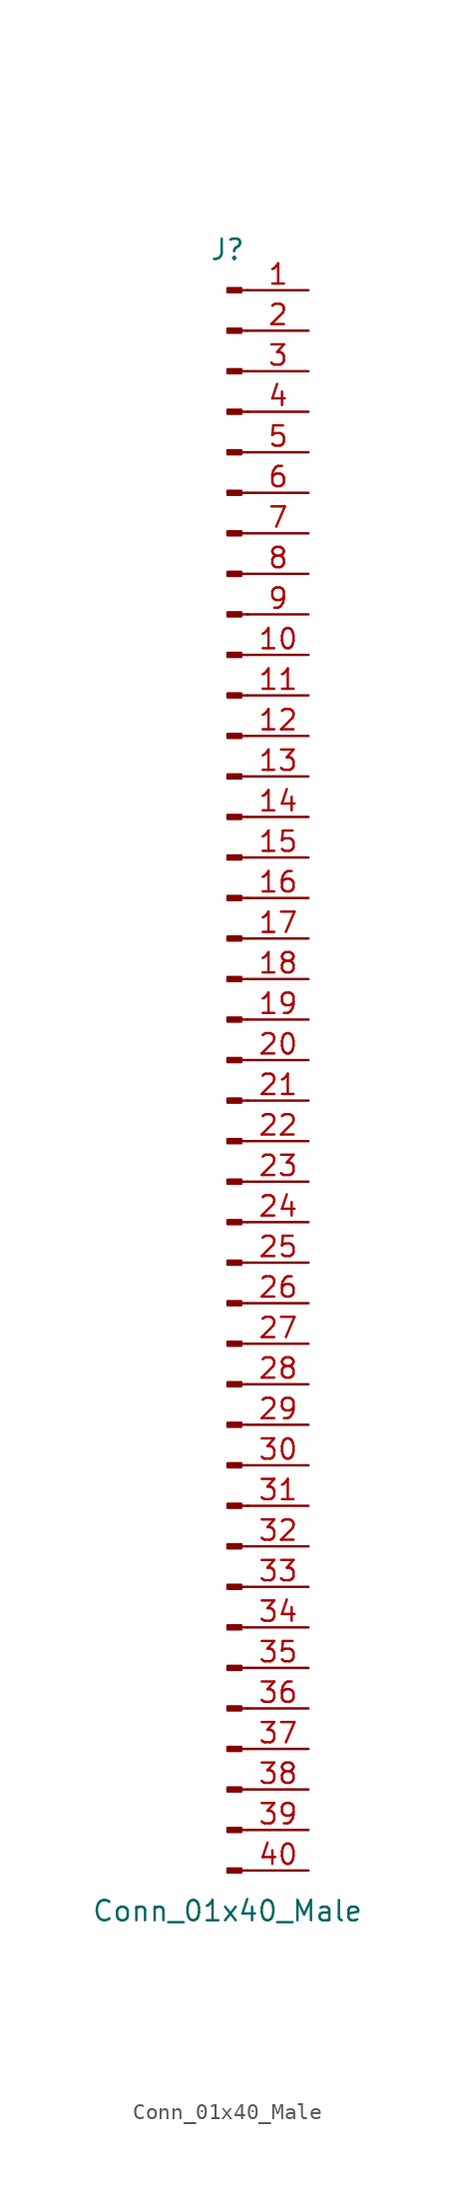
<source format=kicad_sym>
(kicad_symbol_lib
  (version 20211014)
  (generator kicad_symbol_editor)
  (symbol "Conn_01x40_Male"
    (pin_names
      (offset 1.016) hide)
    (property "Reference" "J"
      (at 0 50.8 0)
      (effects (font (size 1.27 1.27))))
    (property "Value" "Conn_01x40_Male"
      (at 0 -53.34 0)
      (effects (font (size 1.27 1.27))))
    (symbol "Conn_01x40_Male_1_1"
      (polyline (pts (xy 1.27 -50.8) (xy 0.864 -50.8)) (stroke (width 0.152) (type default) (color 0 0 0 0)) (fill (type none)))
      (polyline (pts (xy 1.27 -48.26) (xy 0.864 -48.26)) (stroke (width 0.152) (type default) (color 0 0 0 0)) (fill (type none)))
      (polyline (pts (xy 1.27 -45.72) (xy 0.864 -45.72)) (stroke (width 0.152) (type default) (color 0 0 0 0)) (fill (type none)))
      (polyline (pts (xy 1.27 -43.18) (xy 0.864 -43.18)) (stroke (width 0.152) (type default) (color 0 0 0 0)) (fill (type none)))
      (polyline (pts (xy 1.27 -40.64) (xy 0.864 -40.64)) (stroke (width 0.152) (type default) (color 0 0 0 0)) (fill (type none)))
      (polyline (pts (xy 1.27 -38.1) (xy 0.864 -38.1)) (stroke (width 0.152) (type default) (color 0 0 0 0)) (fill (type none)))
      (polyline (pts (xy 1.27 -35.56) (xy 0.864 -35.56)) (stroke (width 0.152) (type default) (color 0 0 0 0)) (fill (type none)))
      (polyline (pts (xy 1.27 -33.02) (xy 0.864 -33.02)) (stroke (width 0.152) (type default) (color 0 0 0 0)) (fill (type none)))
      (polyline (pts (xy 1.27 -30.48) (xy 0.864 -30.48)) (stroke (width 0.152) (type default) (color 0 0 0 0)) (fill (type none)))
      (polyline (pts (xy 1.27 -27.94) (xy 0.864 -27.94)) (stroke (width 0.152) (type default) (color 0 0 0 0)) (fill (type none)))
      (polyline (pts (xy 1.27 -25.4) (xy 0.864 -25.4)) (stroke (width 0.152) (type default) (color 0 0 0 0)) (fill (type none)))
      (polyline (pts (xy 1.27 -22.86) (xy 0.864 -22.86)) (stroke (width 0.152) (type default) (color 0 0 0 0)) (fill (type none)))
      (polyline (pts (xy 1.27 -20.32) (xy 0.864 -20.32)) (stroke (width 0.152) (type default) (color 0 0 0 0)) (fill (type none)))
      (polyline (pts (xy 1.27 -17.78) (xy 0.864 -17.78)) (stroke (width 0.152) (type default) (color 0 0 0 0)) (fill (type none)))
      (polyline (pts (xy 1.27 -15.24) (xy 0.864 -15.24)) (stroke (width 0.152) (type default) (color 0 0 0 0)) (fill (type none)))
      (polyline (pts (xy 1.27 -12.7) (xy 0.864 -12.7)) (stroke (width 0.152) (type default) (color 0 0 0 0)) (fill (type none)))
      (polyline (pts (xy 1.27 -10.16) (xy 0.864 -10.16)) (stroke (width 0.152) (type default) (color 0 0 0 0)) (fill (type none)))
      (polyline (pts (xy 1.27 -7.62) (xy 0.864 -7.62)) (stroke (width 0.152) (type default) (color 0 0 0 0)) (fill (type none)))
      (polyline (pts (xy 1.27 -5.08) (xy 0.864 -5.08)) (stroke (width 0.152) (type default) (color 0 0 0 0)) (fill (type none)))
      (polyline (pts (xy 1.27 -2.54) (xy 0.864 -2.54)) (stroke (width 0.152) (type default) (color 0 0 0 0)) (fill (type none)))
      (polyline (pts (xy 1.27 0) (xy 0.864 0)) (stroke (width 0.152) (type default) (color 0 0 0 0)) (fill (type none)))
      (polyline (pts (xy 1.27 2.54) (xy 0.864 2.54)) (stroke (width 0.152) (type default) (color 0 0 0 0)) (fill (type none)))
      (polyline (pts (xy 1.27 5.08) (xy 0.864 5.08)) (stroke (width 0.152) (type default) (color 0 0 0 0)) (fill (type none)))
      (polyline (pts (xy 1.27 7.62) (xy 0.864 7.62)) (stroke (width 0.152) (type default) (color 0 0 0 0)) (fill (type none)))
      (polyline (pts (xy 1.27 10.16) (xy 0.864 10.16)) (stroke (width 0.152) (type default) (color 0 0 0 0)) (fill (type none)))
      (polyline (pts (xy 1.27 12.7) (xy 0.864 12.7)) (stroke (width 0.152) (type default) (color 0 0 0 0)) (fill (type none)))
      (polyline (pts (xy 1.27 15.24) (xy 0.864 15.24)) (stroke (width 0.152) (type default) (color 0 0 0 0)) (fill (type none)))
      (polyline (pts (xy 1.27 17.78) (xy 0.864 17.78)) (stroke (width 0.152) (type default) (color 0 0 0 0)) (fill (type none)))
      (polyline (pts (xy 1.27 20.32) (xy 0.864 20.32)) (stroke (width 0.152) (type default) (color 0 0 0 0)) (fill (type none)))
      (polyline (pts (xy 1.27 22.86) (xy 0.864 22.86)) (stroke (width 0.152) (type default) (color 0 0 0 0)) (fill (type none)))
      (polyline (pts (xy 1.27 25.4) (xy 0.864 25.4)) (stroke (width 0.152) (type default) (color 0 0 0 0)) (fill (type none)))
      (polyline (pts (xy 1.27 27.94) (xy 0.864 27.94)) (stroke (width 0.152) (type default) (color 0 0 0 0)) (fill (type none)))
      (polyline (pts (xy 1.27 30.48) (xy 0.864 30.48)) (stroke (width 0.152) (type default) (color 0 0 0 0)) (fill (type none)))
      (polyline (pts (xy 1.27 33.02) (xy 0.864 33.02)) (stroke (width 0.152) (type default) (color 0 0 0 0)) (fill (type none)))
      (polyline (pts (xy 1.27 35.56) (xy 0.864 35.56)) (stroke (width 0.152) (type default) (color 0 0 0 0)) (fill (type none)))
      (polyline (pts (xy 1.27 38.1) (xy 0.864 38.1)) (stroke (width 0.152) (type default) (color 0 0 0 0)) (fill (type none)))
      (polyline (pts (xy 1.27 40.64) (xy 0.864 40.64)) (stroke (width 0.152) (type default) (color 0 0 0 0)) (fill (type none)))
      (polyline (pts (xy 1.27 43.18) (xy 0.864 43.18)) (stroke (width 0.152) (type default) (color 0 0 0 0)) (fill (type none)))
      (polyline (pts (xy 1.27 45.72) (xy 0.864 45.72)) (stroke (width 0.152) (type default) (color 0 0 0 0)) (fill (type none)))
      (polyline (pts (xy 1.27 48.26) (xy 0.864 48.26)) (stroke (width 0.152) (type default) (color 0 0 0 0)) (fill (type none)))
      (rectangle (start 0.864 -50.673) (end 0 -50.927) (stroke (width 0.152) (type default) (color 0 0 0 0)) (fill (type outline)))
      (rectangle (start 0.864 -48.133) (end 0 -48.387) (stroke (width 0.152) (type default) (color 0 0 0 0)) (fill (type outline)))
      (rectangle (start 0.864 -45.593) (end 0 -45.847) (stroke (width 0.152) (type default) (color 0 0 0 0)) (fill (type outline)))
      (rectangle (start 0.864 -43.053) (end 0 -43.307) (stroke (width 0.152) (type default) (color 0 0 0 0)) (fill (type outline)))
      (rectangle (start 0.864 -40.513) (end 0 -40.767) (stroke (width 0.152) (type default) (color 0 0 0 0)) (fill (type outline)))
      (rectangle (start 0.864 -37.973) (end 0 -38.227) (stroke (width 0.152) (type default) (color 0 0 0 0)) (fill (type outline)))
      (rectangle (start 0.864 -35.433) (end 0 -35.687) (stroke (width 0.152) (type default) (color 0 0 0 0)) (fill (type outline)))
      (rectangle (start 0.864 -32.893) (end 0 -33.147) (stroke (width 0.152) (type default) (color 0 0 0 0)) (fill (type outline)))
      (rectangle (start 0.864 -30.353) (end 0 -30.607) (stroke (width 0.152) (type default) (color 0 0 0 0)) (fill (type outline)))
      (rectangle (start 0.864 -27.813) (end 0 -28.067) (stroke (width 0.152) (type default) (color 0 0 0 0)) (fill (type outline)))
      (rectangle (start 0.864 -25.273) (end 0 -25.527) (stroke (width 0.152) (type default) (color 0 0 0 0)) (fill (type outline)))
      (rectangle (start 0.864 -22.733) (end 0 -22.987) (stroke (width 0.152) (type default) (color 0 0 0 0)) (fill (type outline)))
      (rectangle (start 0.864 -20.193) (end 0 -20.447) (stroke (width 0.152) (type default) (color 0 0 0 0)) (fill (type outline)))
      (rectangle (start 0.864 -17.653) (end 0 -17.907) (stroke (width 0.152) (type default) (color 0 0 0 0)) (fill (type outline)))
      (rectangle (start 0.864 -15.113) (end 0 -15.367) (stroke (width 0.152) (type default) (color 0 0 0 0)) (fill (type outline)))
      (rectangle (start 0.864 -12.573) (end 0 -12.827) (stroke (width 0.152) (type default) (color 0 0 0 0)) (fill (type outline)))
      (rectangle (start 0.864 -10.033) (end 0 -10.287) (stroke (width 0.152) (type default) (color 0 0 0 0)) (fill (type outline)))
      (rectangle (start 0.864 -7.493) (end 0 -7.747) (stroke (width 0.152) (type default) (color 0 0 0 0)) (fill (type outline)))
      (rectangle (start 0.864 -4.953) (end 0 -5.207) (stroke (width 0.152) (type default) (color 0 0 0 0)) (fill (type outline)))
      (rectangle (start 0.864 -2.413) (end 0 -2.667) (stroke (width 0.152) (type default) (color 0 0 0 0)) (fill (type outline)))
      (rectangle (start 0.864 0.127) (end 0 -0.127) (stroke (width 0.152) (type default) (color 0 0 0 0)) (fill (type outline)))
      (rectangle (start 0.864 2.667) (end 0 2.413) (stroke (width 0.152) (type default) (color 0 0 0 0)) (fill (type outline)))
      (rectangle (start 0.864 5.207) (end 0 4.953) (stroke (width 0.152) (type default) (color 0 0 0 0)) (fill (type outline)))
      (rectangle (start 0.864 7.747) (end 0 7.493) (stroke (width 0.152) (type default) (color 0 0 0 0)) (fill (type outline)))
      (rectangle (start 0.864 10.287) (end 0 10.033) (stroke (width 0.152) (type default) (color 0 0 0 0)) (fill (type outline)))
      (rectangle (start 0.864 12.827) (end 0 12.573) (stroke (width 0.152) (type default) (color 0 0 0 0)) (fill (type outline)))
      (rectangle (start 0.864 15.367) (end 0 15.113) (stroke (width 0.152) (type default) (color 0 0 0 0)) (fill (type outline)))
      (rectangle (start 0.864 17.907) (end 0 17.653) (stroke (width 0.152) (type default) (color 0 0 0 0)) (fill (type outline)))
      (rectangle (start 0.864 20.447) (end 0 20.193) (stroke (width 0.152) (type default) (color 0 0 0 0)) (fill (type outline)))
      (rectangle (start 0.864 22.987) (end 0 22.733) (stroke (width 0.152) (type default) (color 0 0 0 0)) (fill (type outline)))
      (rectangle (start 0.864 25.527) (end 0 25.273) (stroke (width 0.152) (type default) (color 0 0 0 0)) (fill (type outline)))
      (rectangle (start 0.864 28.067) (end 0 27.813) (stroke (width 0.152) (type default) (color 0 0 0 0)) (fill (type outline)))
      (rectangle (start 0.864 30.607) (end 0 30.353) (stroke (width 0.152) (type default) (color 0 0 0 0)) (fill (type outline)))
      (rectangle (start 0.864 33.147) (end 0 32.893) (stroke (width 0.152) (type default) (color 0 0 0 0)) (fill (type outline)))
      (rectangle (start 0.864 35.687) (end 0 35.433) (stroke (width 0.152) (type default) (color 0 0 0 0)) (fill (type outline)))
      (rectangle (start 0.864 38.227) (end 0 37.973) (stroke (width 0.152) (type default) (color 0 0 0 0)) (fill (type outline)))
      (rectangle (start 0.864 40.767) (end 0 40.513) (stroke (width 0.152) (type default) (color 0 0 0 0)) (fill (type outline)))
      (rectangle (start 0.864 43.307) (end 0 43.053) (stroke (width 0.152) (type default) (color 0 0 0 0)) (fill (type outline)))
      (rectangle (start 0.864 45.847) (end 0 45.593) (stroke (width 0.152) (type default) (color 0 0 0 0)) (fill (type outline)))
      (rectangle (start 0.864 48.387) (end 0 48.133) (stroke (width 0.152) (type default) (color 0 0 0 0)) (fill (type outline)))
      (pin passive line (at 5.08 48.26 180) (length 3.81) (name "Pin_1" (effects (font (size 1.27 1.27)))) (number "1" (effects (font (size 1.27 1.27)))))
      (pin passive line (at 5.08 25.4 180) (length 3.81) (name "Pin_10" (effects (font (size 1.27 1.27)))) (number "10" (effects (font (size 1.27 1.27)))))
      (pin passive line (at 5.08 22.86 180) (length 3.81) (name "Pin_11" (effects (font (size 1.27 1.27)))) (number "11" (effects (font (size 1.27 1.27)))))
      (pin passive line (at 5.08 20.32 180) (length 3.81) (name "Pin_12" (effects (font (size 1.27 1.27)))) (number "12" (effects (font (size 1.27 1.27)))))
      (pin passive line (at 5.08 17.78 180) (length 3.81) (name "Pin_13" (effects (font (size 1.27 1.27)))) (number "13" (effects (font (size 1.27 1.27)))))
      (pin passive line (at 5.08 15.24 180) (length 3.81) (name "Pin_14" (effects (font (size 1.27 1.27)))) (number "14" (effects (font (size 1.27 1.27)))))
      (pin passive line (at 5.08 12.7 180) (length 3.81) (name "Pin_15" (effects (font (size 1.27 1.27)))) (number "15" (effects (font (size 1.27 1.27)))))
      (pin passive line (at 5.08 10.16 180) (length 3.81) (name "Pin_16" (effects (font (size 1.27 1.27)))) (number "16" (effects (font (size 1.27 1.27)))))
      (pin passive line (at 5.08 7.62 180) (length 3.81) (name "Pin_17" (effects (font (size 1.27 1.27)))) (number "17" (effects (font (size 1.27 1.27)))))
      (pin passive line (at 5.08 5.08 180) (length 3.81) (name "Pin_18" (effects (font (size 1.27 1.27)))) (number "18" (effects (font (size 1.27 1.27)))))
      (pin passive line (at 5.08 2.54 180) (length 3.81) (name "Pin_19" (effects (font (size 1.27 1.27)))) (number "19" (effects (font (size 1.27 1.27)))))
      (pin passive line (at 5.08 45.72 180) (length 3.81) (name "Pin_2" (effects (font (size 1.27 1.27)))) (number "2" (effects (font (size 1.27 1.27)))))
      (pin passive line (at 5.08 0 180) (length 3.81) (name "Pin_20" (effects (font (size 1.27 1.27)))) (number "20" (effects (font (size 1.27 1.27)))))
      (pin passive line (at 5.08 -2.54 180) (length 3.81) (name "Pin_21" (effects (font (size 1.27 1.27)))) (number "21" (effects (font (size 1.27 1.27)))))
      (pin passive line (at 5.08 -5.08 180) (length 3.81) (name "Pin_22" (effects (font (size 1.27 1.27)))) (number "22" (effects (font (size 1.27 1.27)))))
      (pin passive line (at 5.08 -7.62 180) (length 3.81) (name "Pin_23" (effects (font (size 1.27 1.27)))) (number "23" (effects (font (size 1.27 1.27)))))
      (pin passive line (at 5.08 -10.16 180) (length 3.81) (name "Pin_24" (effects (font (size 1.27 1.27)))) (number "24" (effects (font (size 1.27 1.27)))))
      (pin passive line (at 5.08 -12.7 180) (length 3.81) (name "Pin_25" (effects (font (size 1.27 1.27)))) (number "25" (effects (font (size 1.27 1.27)))))
      (pin passive line (at 5.08 -15.24 180) (length 3.81) (name "Pin_26" (effects (font (size 1.27 1.27)))) (number "26" (effects (font (size 1.27 1.27)))))
      (pin passive line (at 5.08 -17.78 180) (length 3.81) (name "Pin_27" (effects (font (size 1.27 1.27)))) (number "27" (effects (font (size 1.27 1.27)))))
      (pin passive line (at 5.08 -20.32 180) (length 3.81) (name "Pin_28" (effects (font (size 1.27 1.27)))) (number "28" (effects (font (size 1.27 1.27)))))
      (pin passive line (at 5.08 -22.86 180) (length 3.81) (name "Pin_29" (effects (font (size 1.27 1.27)))) (number "29" (effects (font (size 1.27 1.27)))))
      (pin passive line (at 5.08 43.18 180) (length 3.81) (name "Pin_3" (effects (font (size 1.27 1.27)))) (number "3" (effects (font (size 1.27 1.27)))))
      (pin passive line (at 5.08 -25.4 180) (length 3.81) (name "Pin_30" (effects (font (size 1.27 1.27)))) (number "30" (effects (font (size 1.27 1.27)))))
      (pin passive line (at 5.08 -27.94 180) (length 3.81) (name "Pin_31" (effects (font (size 1.27 1.27)))) (number "31" (effects (font (size 1.27 1.27)))))
      (pin passive line (at 5.08 -30.48 180) (length 3.81) (name "Pin_32" (effects (font (size 1.27 1.27)))) (number "32" (effects (font (size 1.27 1.27)))))
      (pin passive line (at 5.08 -33.02 180) (length 3.81) (name "Pin_33" (effects (font (size 1.27 1.27)))) (number "33" (effects (font (size 1.27 1.27)))))
      (pin passive line (at 5.08 -35.56 180) (length 3.81) (name "Pin_34" (effects (font (size 1.27 1.27)))) (number "34" (effects (font (size 1.27 1.27)))))
      (pin passive line (at 5.08 -38.1 180) (length 3.81) (name "Pin_35" (effects (font (size 1.27 1.27)))) (number "35" (effects (font (size 1.27 1.27)))))
      (pin passive line (at 5.08 -40.64 180) (length 3.81) (name "Pin_36" (effects (font (size 1.27 1.27)))) (number "36" (effects (font (size 1.27 1.27)))))
      (pin passive line (at 5.08 -43.18 180) (length 3.81) (name "Pin_37" (effects (font (size 1.27 1.27)))) (number "37" (effects (font (size 1.27 1.27)))))
      (pin passive line (at 5.08 -45.72 180) (length 3.81) (name "Pin_38" (effects (font (size 1.27 1.27)))) (number "38" (effects (font (size 1.27 1.27)))))
      (pin passive line (at 5.08 -48.26 180) (length 3.81) (name "Pin_39" (effects (font (size 1.27 1.27)))) (number "39" (effects (font (size 1.27 1.27)))))
      (pin passive line (at 5.08 40.64 180) (length 3.81) (name "Pin_4" (effects (font (size 1.27 1.27)))) (number "4" (effects (font (size 1.27 1.27)))))
      (pin passive line (at 5.08 -50.8 180) (length 3.81) (name "Pin_40" (effects (font (size 1.27 1.27)))) (number "40" (effects (font (size 1.27 1.27)))))
      (pin passive line (at 5.08 38.1 180) (length 3.81) (name "Pin_5" (effects (font (size 1.27 1.27)))) (number "5" (effects (font (size 1.27 1.27)))))
      (pin passive line (at 5.08 35.56 180) (length 3.81) (name "Pin_6" (effects (font (size 1.27 1.27)))) (number "6" (effects (font (size 1.27 1.27)))))
      (pin passive line (at 5.08 33.02 180) (length 3.81) (name "Pin_7" (effects (font (size 1.27 1.27)))) (number "7" (effects (font (size 1.27 1.27)))))
      (pin passive line (at 5.08 30.48 180) (length 3.81) (name "Pin_8" (effects (font (size 1.27 1.27)))) (number "8" (effects (font (size 1.27 1.27)))))
      (pin passive line (at 5.08 27.94 180) (length 3.81) (name "Pin_9" (effects (font (size 1.27 1.27)))) (number "9" (effects (font (size 1.27 1.27))))))))
</source>
